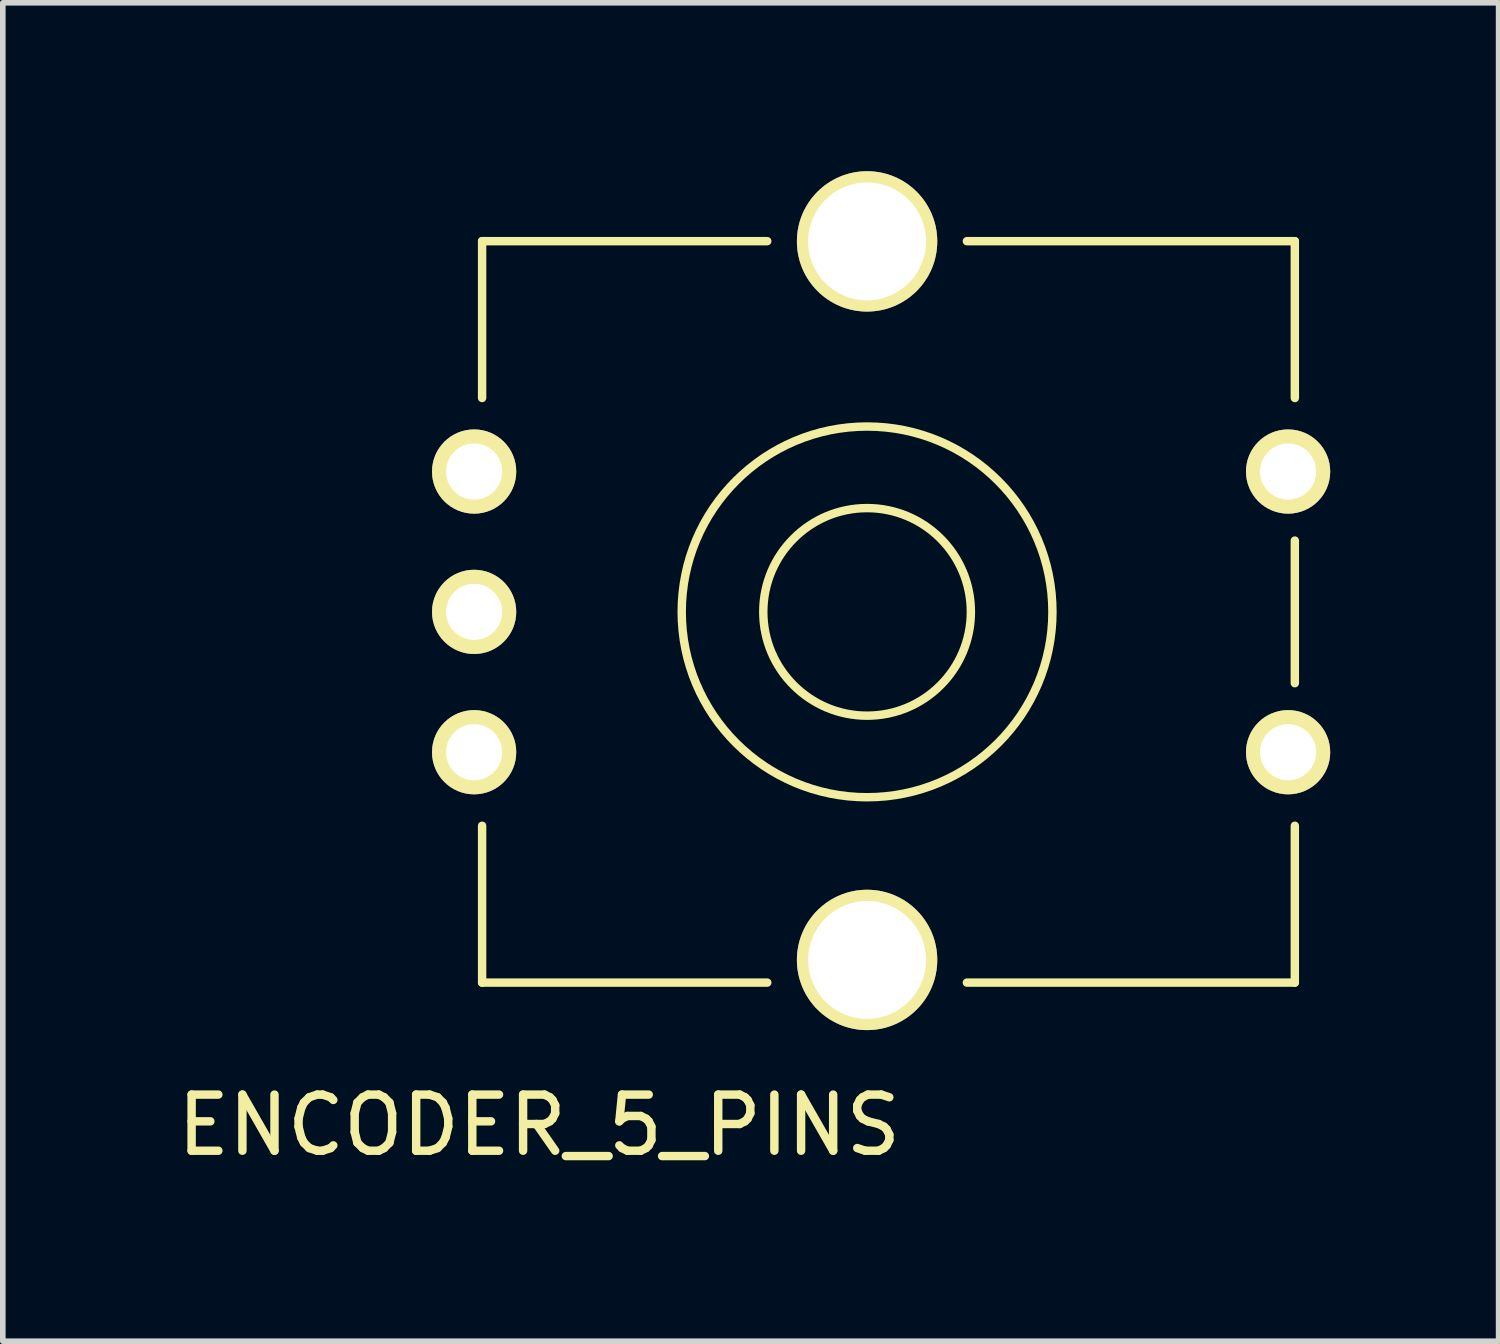
<source format=kicad_pcb>
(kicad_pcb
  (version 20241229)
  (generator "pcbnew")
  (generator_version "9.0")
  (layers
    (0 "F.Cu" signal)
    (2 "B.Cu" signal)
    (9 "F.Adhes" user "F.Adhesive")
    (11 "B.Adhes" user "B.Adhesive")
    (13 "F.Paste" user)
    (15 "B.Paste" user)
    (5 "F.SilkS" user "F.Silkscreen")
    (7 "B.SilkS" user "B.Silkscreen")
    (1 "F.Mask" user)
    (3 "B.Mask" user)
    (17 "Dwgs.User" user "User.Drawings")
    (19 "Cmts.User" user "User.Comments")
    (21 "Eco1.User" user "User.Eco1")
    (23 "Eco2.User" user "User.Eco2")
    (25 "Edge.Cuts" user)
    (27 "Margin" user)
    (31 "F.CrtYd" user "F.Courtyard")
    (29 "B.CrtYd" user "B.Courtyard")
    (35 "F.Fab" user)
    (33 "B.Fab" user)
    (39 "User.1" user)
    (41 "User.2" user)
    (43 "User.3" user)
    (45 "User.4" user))
  (footprint "ENCODER_5_PINS"
    (layer "F.Cu")
    (at 12.396 7.85)
    (property "Reference" "ENCODER_5_PINS" (at -5.842 9.144 0) (layer "F.SilkS") (effects (font (size 1 1) (thickness 0.15))))
    (attr through_hole)
    (fp_line (start -6.858 -6.604) (end -6.858 -3.81) (stroke (width 0.15) (type solid)) (layer "F.SilkS"))
    (fp_line (start -6.858 -6.604) (end -1.778 -6.604) (stroke (width 0.15) (type solid)) (layer "F.SilkS"))
    (fp_line (start -6.858 3.81) (end -6.858 6.604) (stroke (width 0.15) (type solid)) (layer "F.SilkS"))
    (fp_line (start -6.858 6.604) (end -1.778 6.604) (stroke (width 0.15) (type solid)) (layer "F.SilkS"))
    (fp_line (start 1.778 -6.604) (end 7.62 -6.604) (stroke (width 0.15) (type solid)) (layer "F.SilkS"))
    (fp_line (start 7.62 -6.604) (end 7.62 -3.81) (stroke (width 0.15) (type solid)) (layer "F.SilkS"))
    (fp_line (start 7.62 1.27) (end 7.62 -1.27) (stroke (width 0.15) (type solid)) (layer "F.SilkS"))
    (fp_line (start 7.62 3.81) (end 7.62 6.604) (stroke (width 0.15) (type solid)) (layer "F.SilkS"))
    (fp_line (start 7.62 6.604) (end 1.778 6.604) (stroke (width 0.15) (type solid)) (layer "F.SilkS"))
    (fp_circle (center 0 0) (end -1.27 -3.048) (stroke (width 0.15) (type solid)) (fill no) (layer "F.SilkS"))
    (fp_circle (center 0 0) (end -0.508 -1.778) (stroke (width 0.15) (type solid)) (fill no) (layer "F.SilkS"))
    (pad "" np_thru_hole circle (at 0 -6.6) (size 2.5 2.5) (drill 2.1) (layers "*.Cu" "*.Mask" "F.SilkS"))
    (pad "" np_thru_hole circle (at 0 6.2) (size 2.5 2.5) (drill 2.1) (layers "*.Cu" "*.Mask" "F.SilkS"))
    (pad "1" thru_hole circle (at -7 -2.5) (size 1.5 1.5) (drill 1) (layers "*.Cu" "*.Mask" "F.SilkS"))
    (pad "2" thru_hole circle (at -7 0) (size 1.5 1.5) (drill 1) (layers "*.Cu" "*.Mask" "F.SilkS"))
    (pad "3" thru_hole circle (at -7 2.5) (size 1.5 1.5) (drill 1) (layers "*.Cu" "*.Mask" "F.SilkS"))
    (pad "4" thru_hole circle (at 7.5 -2.5) (size 1.5 1.5) (drill 1) (layers "*.Cu" "*.Mask" "F.SilkS"))
    (pad "5" thru_hole circle (at 7.5 2.5) (size 1.5 1.5) (drill 1) (layers "*.Cu" "*.Mask" "F.SilkS")))
  (gr_rect
    (start -3 -3)
    (end 23.646 20.842)
    (stroke (width 0.1) (type default))
    (fill no)
    (layer "Edge.Cuts")))
</source>
